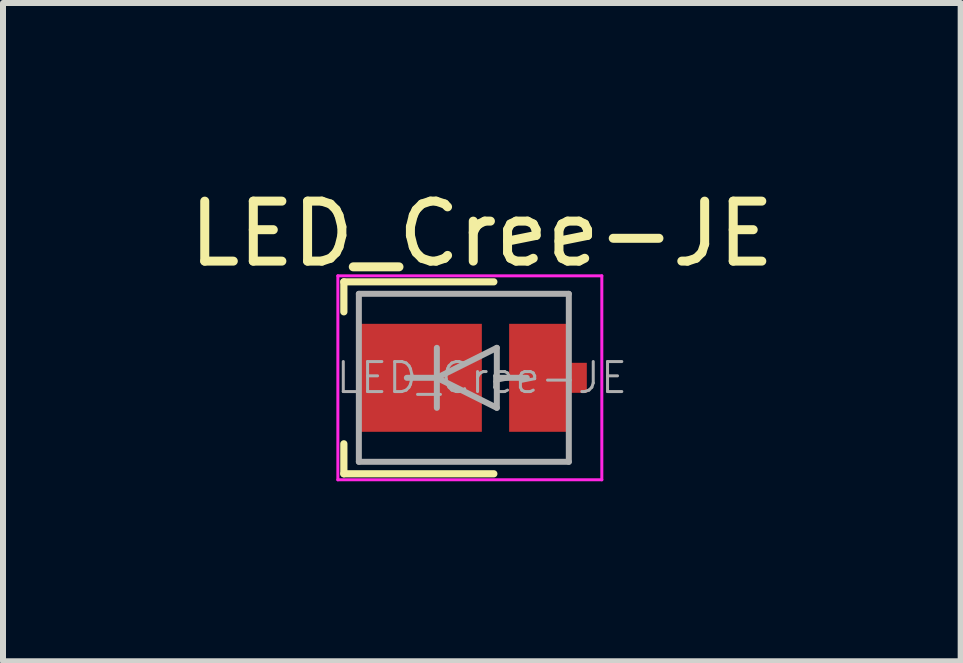
<source format=kicad_pcb>
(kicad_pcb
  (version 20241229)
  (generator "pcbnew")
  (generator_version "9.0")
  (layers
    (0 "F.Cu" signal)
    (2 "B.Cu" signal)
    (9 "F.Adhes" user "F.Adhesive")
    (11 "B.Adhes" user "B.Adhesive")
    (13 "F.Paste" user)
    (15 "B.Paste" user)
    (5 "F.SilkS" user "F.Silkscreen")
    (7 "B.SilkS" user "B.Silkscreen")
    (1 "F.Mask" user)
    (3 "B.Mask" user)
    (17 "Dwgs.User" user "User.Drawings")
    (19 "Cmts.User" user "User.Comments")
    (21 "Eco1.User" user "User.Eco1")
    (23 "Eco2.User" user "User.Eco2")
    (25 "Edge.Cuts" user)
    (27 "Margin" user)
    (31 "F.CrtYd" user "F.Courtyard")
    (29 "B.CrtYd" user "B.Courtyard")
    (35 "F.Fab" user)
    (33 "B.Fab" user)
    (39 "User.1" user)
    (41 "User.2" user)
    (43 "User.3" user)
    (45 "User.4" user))
  (footprint "LED_Cree-JE"
    (layer "F.Cu")
    (at 4.682 3.248)
    (property "Reference" "LED_Cree-JE" (at 0.3 -2.4 0) (layer "F.SilkS") (effects (font (size 1 1) (thickness 0.15))))
    (attr smd)
    (fp_line (start -2 -1.6) (end -2 -1.1) (stroke (width 0.12) (type solid)) (layer "F.SilkS"))
    (fp_line (start -2 1.1) (end -2 1.6) (stroke (width 0.12) (type solid)) (layer "F.SilkS"))
    (fp_line (start -2 1.6) (end 0.5 1.6) (stroke (width 0.12) (type solid)) (layer "F.SilkS"))
    (fp_line (start 0.5 -1.6) (end -2 -1.6) (stroke (width 0.12) (type solid)) (layer "F.SilkS"))
    (fp_line (start -2.1 -1.7) (end -2.1 1.7) (stroke (width 0.05) (type solid)) (layer "F.CrtYd"))
    (fp_line (start -2.1 1.7) (end 2.3 1.7) (stroke (width 0.05) (type solid)) (layer "F.CrtYd"))
    (fp_line (start 2.3 -1.7) (end -2.1 -1.7) (stroke (width 0.05) (type solid)) (layer "F.CrtYd"))
    (fp_line (start 2.3 1.7) (end 2.3 -1.7) (stroke (width 0.05) (type solid)) (layer "F.CrtYd"))
    (fp_line (start -1.75 -1.4) (end 1.75 -1.4) (stroke (width 0.1) (type solid)) (layer "F.Fab"))
    (fp_line (start -1.75 1.4) (end -1.75 -1.4) (stroke (width 0.1) (type solid)) (layer "F.Fab"))
    (fp_line (start -0.95 0) (end -0.45 0) (stroke (width 0.1) (type solid)) (layer "F.Fab"))
    (fp_line (start -0.45 -0.5) (end -0.45 0.5) (stroke (width 0.1) (type solid)) (layer "F.Fab"))
    (fp_line (start -0.45 0) (end 0.55 -0.5) (stroke (width 0.1) (type solid)) (layer "F.Fab"))
    (fp_line (start 0.55 -0.5) (end 0.55 0.5) (stroke (width 0.1) (type solid)) (layer "F.Fab"))
    (fp_line (start 0.55 0.5) (end -0.45 0) (stroke (width 0.1) (type solid)) (layer "F.Fab"))
    (fp_line (start 1.05 0) (end 0.55 0) (stroke (width 0.1) (type solid)) (layer "F.Fab"))
    (fp_line (start 1.75 -1.4) (end 1.75 1.4) (stroke (width 0.1) (type solid)) (layer "F.Fab"))
    (fp_line (start 1.75 1.4) (end -1.75 1.4) (stroke (width 0.1) (type solid)) (layer "F.Fab"))
    (fp_text user "${REFERENCE}" (at 0.3 0 0) (layer "F.Fab") (effects (font (size 0.5 0.5) (thickness 0.05))))
    (pad "1" smd rect (at -0.73 0) (size 1.65 1.44) (layers "F.Cu" "F.Paste"))
    (pad "1" smd rect (at -0.73 0) (size 2.06 1.8) (layers "F.Cu" "F.Mask"))
    (pad "2" smd rect (at 1.25 0) (size 0.79 1.44) (layers "F.Cu" "F.Paste"))
    (pad "2" smd rect (at 1.25 0) (size 0.99 1.8) (layers "F.Cu" "F.Mask"))
    (pad "2" smd rect (at 1.75 0) (size 0.6 0.5) (layers "F.Cu" "F.Mask")))
  (gr_rect
    (start -3 -3)
    (end 12.964 7.973)
    (stroke (width 0.1) (type default))
    (fill no)
    (layer "Edge.Cuts")))
</source>
